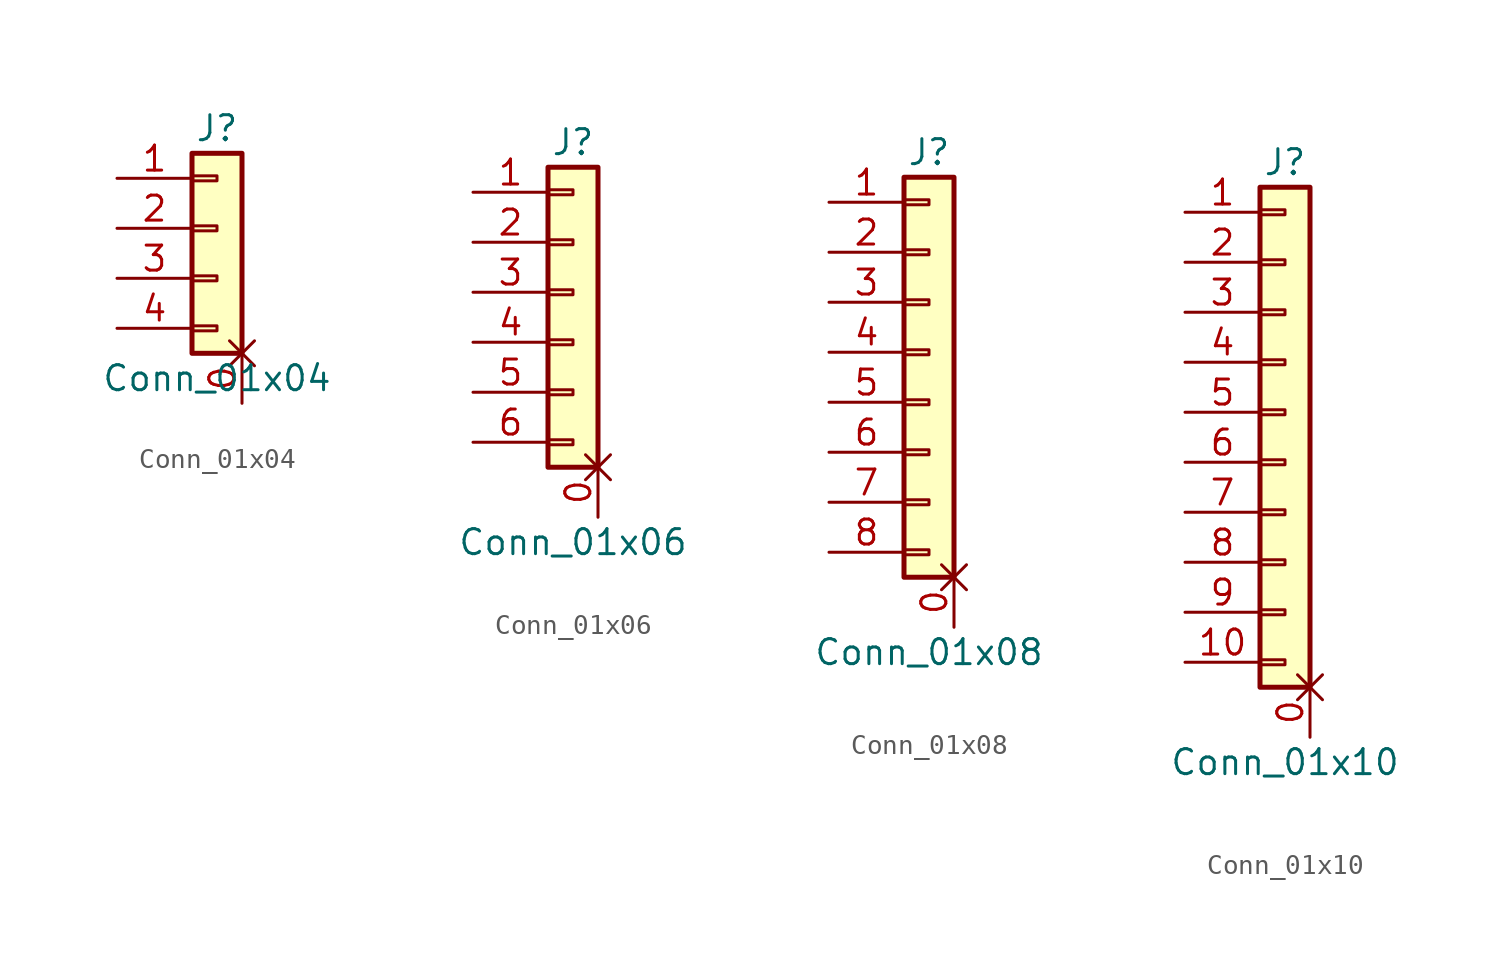
<source format=kicad_sym>
(kicad_symbol_lib
  (version 20211014)
  (generator kicad_symbol_editor)
  (symbol "Conn_01x04"
    (pin_names
      (offset 1.016) hide)
    (property "Reference" "J"
      (at 0 5.08 0)
      (effects (font (size 1.27 1.27))))
    (property "Value" "Conn_01x04"
      (at 0 -7.62 0)
      (effects (font (size 1.27 1.27))))
    (symbol "Conn_01x04_1_1"
      (rectangle (start -1.27 -4.953) (end 0 -5.207) (stroke (width 0.152) (type default) (color 0 0 0 0)) (fill (type none)))
      (rectangle (start -1.27 -2.413) (end 0 -2.667) (stroke (width 0.152) (type default) (color 0 0 0 0)) (fill (type none)))
      (rectangle (start -1.27 0.127) (end 0 -0.127) (stroke (width 0.152) (type default) (color 0 0 0 0)) (fill (type none)))
      (rectangle (start -1.27 2.667) (end 0 2.413) (stroke (width 0.152) (type default) (color 0 0 0 0)) (fill (type none)))
      (rectangle (start -1.27 3.81) (end 1.27 -6.35) (stroke (width 0.254) (type default) (color 0 0 0 0)) (fill (type background)))
      (pin passive non_logic (at 1.27 -8.89 90) (length 2.54) (name "Mechanical" (effects (font (size 1.27 1.27)))) (number "0" (effects (font (size 1.27 1.27)))))
      (pin passive line (at -5.08 2.54 0) (length 3.81) (name "Pin_1" (effects (font (size 1.27 1.27)))) (number "1" (effects (font (size 1.27 1.27)))))
      (pin passive line (at -5.08 0 0) (length 3.81) (name "Pin_2" (effects (font (size 1.27 1.27)))) (number "2" (effects (font (size 1.27 1.27)))))
      (pin passive line (at -5.08 -2.54 0) (length 3.81) (name "Pin_3" (effects (font (size 1.27 1.27)))) (number "3" (effects (font (size 1.27 1.27)))))
      (pin passive line (at -5.08 -5.08 0) (length 3.81) (name "Pin_4" (effects (font (size 1.27 1.27)))) (number "4" (effects (font (size 1.27 1.27)))))))
  (symbol "Conn_01x06"
    (pin_names
      (offset 1.016) hide)
    (property "Reference" "J"
      (at 0 5.08 0)
      (effects (font (size 1.27 1.27))))
    (property "Value" "Conn_01x06"
      (at 0 -15.24 0)
      (effects (font (size 1.27 1.27))))
    (symbol "Conn_01x06_1_1"
      (rectangle (start -1.27 -10.033) (end 0 -10.287) (stroke (width 0.152) (type default) (color 0 0 0 0)) (fill (type none)))
      (rectangle (start -1.27 -7.493) (end 0 -7.747) (stroke (width 0.152) (type default) (color 0 0 0 0)) (fill (type none)))
      (rectangle (start -1.27 -4.953) (end 0 -5.207) (stroke (width 0.152) (type default) (color 0 0 0 0)) (fill (type none)))
      (rectangle (start -1.27 -2.413) (end 0 -2.667) (stroke (width 0.152) (type default) (color 0 0 0 0)) (fill (type none)))
      (rectangle (start -1.27 0.127) (end 0 -0.127) (stroke (width 0.152) (type default) (color 0 0 0 0)) (fill (type none)))
      (rectangle (start -1.27 2.667) (end 0 2.413) (stroke (width 0.152) (type default) (color 0 0 0 0)) (fill (type none)))
      (rectangle (start -1.27 3.81) (end 1.27 -11.43) (stroke (width 0.254) (type default) (color 0 0 0 0)) (fill (type background)))
      (pin passive non_logic (at 1.27 -13.97 90) (length 2.54) (name "Mechanical" (effects (font (size 1.27 1.27)))) (number "0" (effects (font (size 1.27 1.27)))))
      (pin passive line (at -5.08 2.54 0) (length 3.81) (name "Pin_1" (effects (font (size 1.27 1.27)))) (number "1" (effects (font (size 1.27 1.27)))))
      (pin passive line (at -5.08 0 0) (length 3.81) (name "Pin_2" (effects (font (size 1.27 1.27)))) (number "2" (effects (font (size 1.27 1.27)))))
      (pin passive line (at -5.08 -2.54 0) (length 3.81) (name "Pin_3" (effects (font (size 1.27 1.27)))) (number "3" (effects (font (size 1.27 1.27)))))
      (pin passive line (at -5.08 -5.08 0) (length 3.81) (name "Pin_4" (effects (font (size 1.27 1.27)))) (number "4" (effects (font (size 1.27 1.27)))))
      (pin passive line (at -5.08 -7.62 0) (length 3.81) (name "Pin_5" (effects (font (size 1.27 1.27)))) (number "5" (effects (font (size 1.27 1.27)))))
      (pin passive line (at -5.08 -10.16 0) (length 3.81) (name "Pin_6" (effects (font (size 1.27 1.27)))) (number "6" (effects (font (size 1.27 1.27)))))))
  (symbol "Conn_01x08"
    (pin_names
      (offset 1.016) hide)
    (property "Reference" "J"
      (at 1.27 1.27 0)
      (effects (font (size 1.27 1.27))))
    (property "Value" "Conn_01x08"
      (at 1.27 -24.13 0)
      (effects (font (size 1.27 1.27))))
    (symbol "Conn_01x08_1_1"
      (rectangle (start 0 -18.923) (end 1.27 -19.177) (stroke (width 0.152) (type default) (color 0 0 0 0)) (fill (type none)))
      (rectangle (start 0 -16.383) (end 1.27 -16.637) (stroke (width 0.152) (type default) (color 0 0 0 0)) (fill (type none)))
      (rectangle (start 0 -13.843) (end 1.27 -14.097) (stroke (width 0.152) (type default) (color 0 0 0 0)) (fill (type none)))
      (rectangle (start 0 -11.303) (end 1.27 -11.557) (stroke (width 0.152) (type default) (color 0 0 0 0)) (fill (type none)))
      (rectangle (start 0 -8.763) (end 1.27 -9.017) (stroke (width 0.152) (type default) (color 0 0 0 0)) (fill (type none)))
      (rectangle (start 0 -6.223) (end 1.27 -6.477) (stroke (width 0.152) (type default) (color 0 0 0 0)) (fill (type none)))
      (rectangle (start 0 -3.683) (end 1.27 -3.937) (stroke (width 0.152) (type default) (color 0 0 0 0)) (fill (type none)))
      (rectangle (start 0 -1.143) (end 1.27 -1.397) (stroke (width 0.152) (type default) (color 0 0 0 0)) (fill (type none)))
      (rectangle (start 0 0) (end 2.54 -20.32) (stroke (width 0.254) (type default) (color 0 0 0 0)) (fill (type background)))
      (pin passive non_logic (at 2.54 -22.86 90) (length 2.54) (name "Mechanical" (effects (font (size 1.27 1.27)))) (number "0" (effects (font (size 1.27 1.27)))))
      (pin passive line (at -3.81 -1.27 0) (length 3.81) (name "Pin_1" (effects (font (size 1.27 1.27)))) (number "1" (effects (font (size 1.27 1.27)))))
      (pin passive line (at -3.81 -3.81 0) (length 3.81) (name "Pin_2" (effects (font (size 1.27 1.27)))) (number "2" (effects (font (size 1.27 1.27)))))
      (pin passive line (at -3.81 -6.35 0) (length 3.81) (name "Pin_3" (effects (font (size 1.27 1.27)))) (number "3" (effects (font (size 1.27 1.27)))))
      (pin passive line (at -3.81 -8.89 0) (length 3.81) (name "Pin_4" (effects (font (size 1.27 1.27)))) (number "4" (effects (font (size 1.27 1.27)))))
      (pin passive line (at -3.81 -11.43 0) (length 3.81) (name "Pin_5" (effects (font (size 1.27 1.27)))) (number "5" (effects (font (size 1.27 1.27)))))
      (pin passive line (at -3.81 -13.97 0) (length 3.81) (name "Pin_6" (effects (font (size 1.27 1.27)))) (number "6" (effects (font (size 1.27 1.27)))))
      (pin passive line (at -3.81 -16.51 0) (length 3.81) (name "Pin_5" (effects (font (size 1.27 1.27)))) (number "7" (effects (font (size 1.27 1.27)))))
      (pin passive line (at -3.81 -19.05 0) (length 3.81) (name "Pin_6" (effects (font (size 1.27 1.27)))) (number "8" (effects (font (size 1.27 1.27)))))))
  (symbol "Conn_01x10"
    (pin_names
      (offset 1.016) hide)
    (property "Reference" "J"
      (at 1.27 1.27 0)
      (effects (font (size 1.27 1.27))))
    (property "Value" "Conn_01x10"
      (at 1.27 -29.21 0)
      (effects (font (size 1.27 1.27))))
    (symbol "Conn_01x10_1_1"
      (rectangle (start 0 -24.003) (end 1.27 -24.257) (stroke (width 0.152) (type default) (color 0 0 0 0)) (fill (type none)))
      (rectangle (start 0 -21.463) (end 1.27 -21.717) (stroke (width 0.152) (type default) (color 0 0 0 0)) (fill (type none)))
      (rectangle (start 0 -18.923) (end 1.27 -19.177) (stroke (width 0.152) (type default) (color 0 0 0 0)) (fill (type none)))
      (rectangle (start 0 -16.383) (end 1.27 -16.637) (stroke (width 0.152) (type default) (color 0 0 0 0)) (fill (type none)))
      (rectangle (start 0 -13.843) (end 1.27 -14.097) (stroke (width 0.152) (type default) (color 0 0 0 0)) (fill (type none)))
      (rectangle (start 0 -11.303) (end 1.27 -11.557) (stroke (width 0.152) (type default) (color 0 0 0 0)) (fill (type none)))
      (rectangle (start 0 -8.763) (end 1.27 -9.017) (stroke (width 0.152) (type default) (color 0 0 0 0)) (fill (type none)))
      (rectangle (start 0 -6.223) (end 1.27 -6.477) (stroke (width 0.152) (type default) (color 0 0 0 0)) (fill (type none)))
      (rectangle (start 0 -3.683) (end 1.27 -3.937) (stroke (width 0.152) (type default) (color 0 0 0 0)) (fill (type none)))
      (rectangle (start 0 -1.143) (end 1.27 -1.397) (stroke (width 0.152) (type default) (color 0 0 0 0)) (fill (type none)))
      (rectangle (start 0 0) (end 2.54 -25.4) (stroke (width 0.254) (type default) (color 0 0 0 0)) (fill (type background)))
      (pin passive non_logic (at 2.54 -27.94 90) (length 2.54) (name "Mechanical" (effects (font (size 1.27 1.27)))) (number "0" (effects (font (size 1.27 1.27)))))
      (pin passive line (at -3.81 -1.27 0) (length 3.81) (name "Pin_1" (effects (font (size 1.27 1.27)))) (number "1" (effects (font (size 1.27 1.27)))))
      (pin passive line (at -3.81 -24.13 0) (length 3.81) (name "Pin_6" (effects (font (size 1.27 1.27)))) (number "10" (effects (font (size 1.27 1.27)))))
      (pin passive line (at -3.81 -3.81 0) (length 3.81) (name "Pin_2" (effects (font (size 1.27 1.27)))) (number "2" (effects (font (size 1.27 1.27)))))
      (pin passive line (at -3.81 -6.35 0) (length 3.81) (name "Pin_3" (effects (font (size 1.27 1.27)))) (number "3" (effects (font (size 1.27 1.27)))))
      (pin passive line (at -3.81 -8.89 0) (length 3.81) (name "Pin_4" (effects (font (size 1.27 1.27)))) (number "4" (effects (font (size 1.27 1.27)))))
      (pin passive line (at -3.81 -11.43 0) (length 3.81) (name "Pin_5" (effects (font (size 1.27 1.27)))) (number "5" (effects (font (size 1.27 1.27)))))
      (pin passive line (at -3.81 -13.97 0) (length 3.81) (name "Pin_6" (effects (font (size 1.27 1.27)))) (number "6" (effects (font (size 1.27 1.27)))))
      (pin passive line (at -3.81 -16.51 0) (length 3.81) (name "Pin_3" (effects (font (size 1.27 1.27)))) (number "7" (effects (font (size 1.27 1.27)))))
      (pin passive line (at -3.81 -19.05 0) (length 3.81) (name "Pin_4" (effects (font (size 1.27 1.27)))) (number "8" (effects (font (size 1.27 1.27)))))
      (pin passive line (at -3.81 -21.59 0) (length 3.81) (name "Pin_5" (effects (font (size 1.27 1.27)))) (number "9" (effects (font (size 1.27 1.27))))))))
</source>
